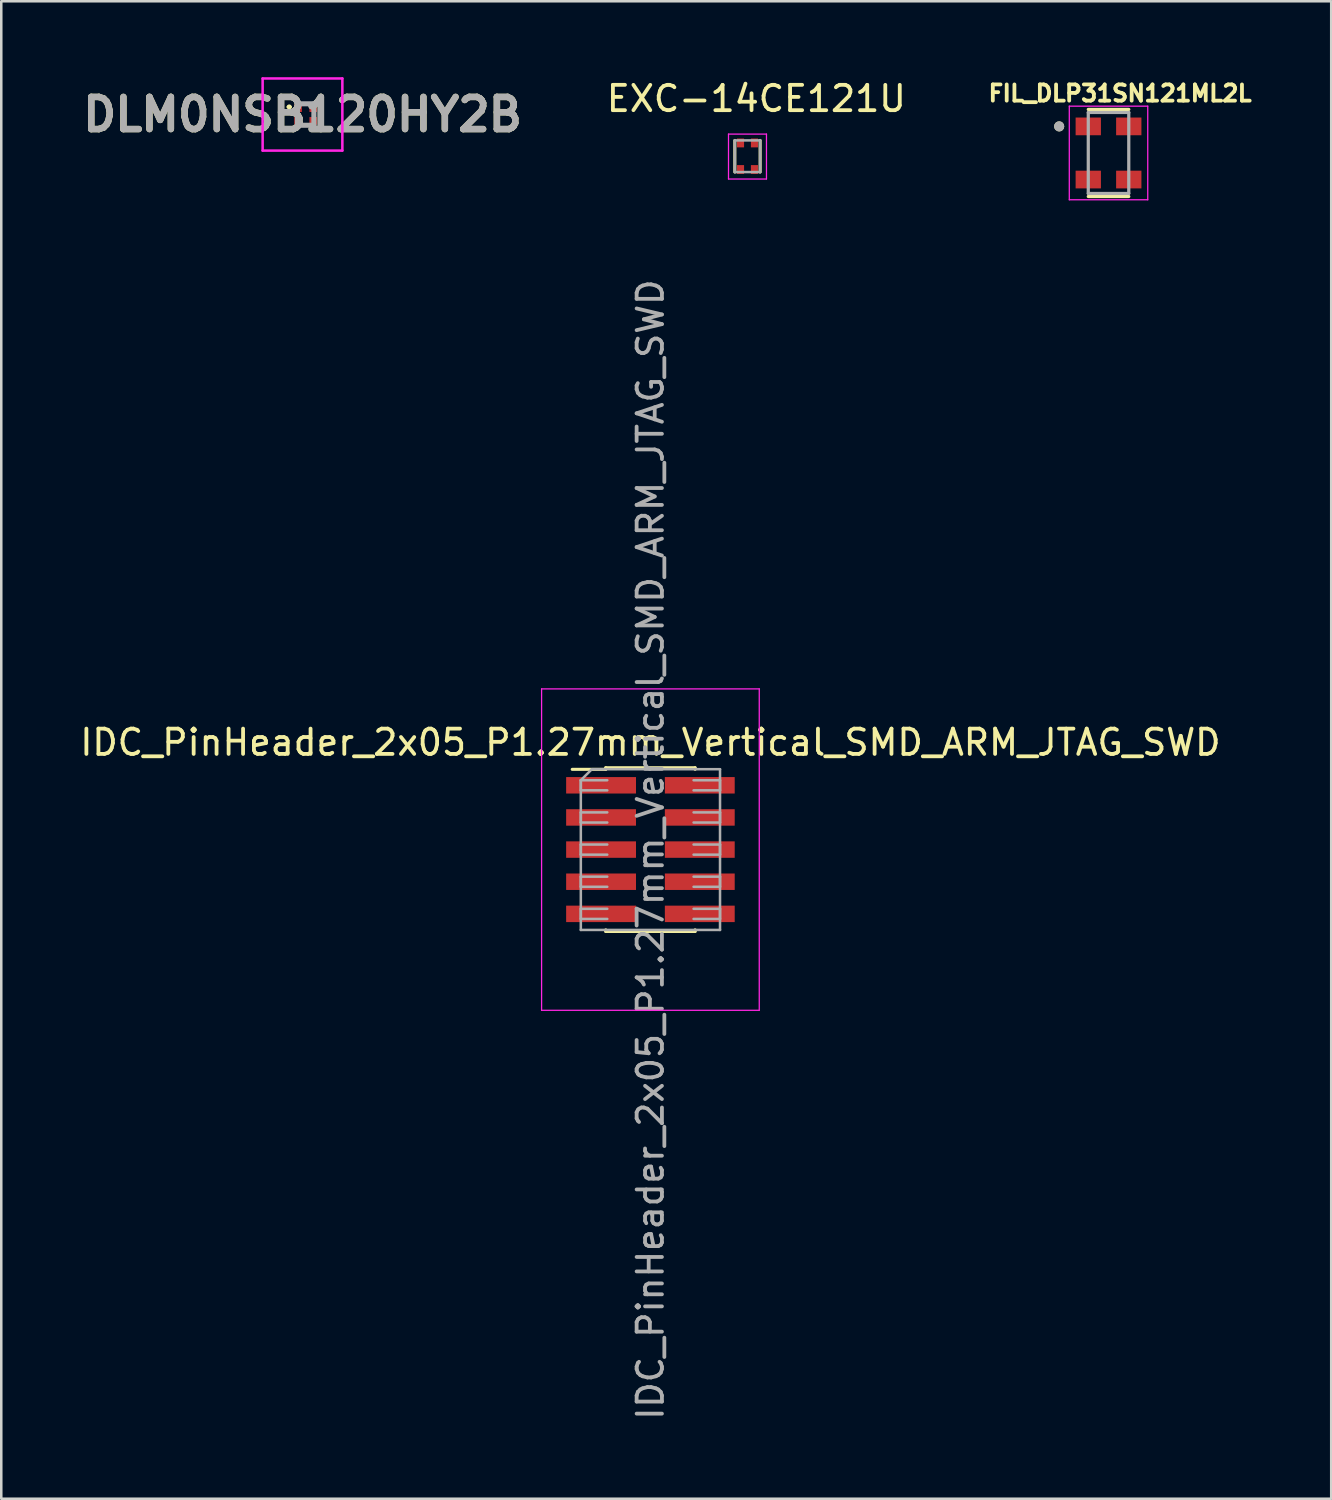
<source format=kicad_pcb>
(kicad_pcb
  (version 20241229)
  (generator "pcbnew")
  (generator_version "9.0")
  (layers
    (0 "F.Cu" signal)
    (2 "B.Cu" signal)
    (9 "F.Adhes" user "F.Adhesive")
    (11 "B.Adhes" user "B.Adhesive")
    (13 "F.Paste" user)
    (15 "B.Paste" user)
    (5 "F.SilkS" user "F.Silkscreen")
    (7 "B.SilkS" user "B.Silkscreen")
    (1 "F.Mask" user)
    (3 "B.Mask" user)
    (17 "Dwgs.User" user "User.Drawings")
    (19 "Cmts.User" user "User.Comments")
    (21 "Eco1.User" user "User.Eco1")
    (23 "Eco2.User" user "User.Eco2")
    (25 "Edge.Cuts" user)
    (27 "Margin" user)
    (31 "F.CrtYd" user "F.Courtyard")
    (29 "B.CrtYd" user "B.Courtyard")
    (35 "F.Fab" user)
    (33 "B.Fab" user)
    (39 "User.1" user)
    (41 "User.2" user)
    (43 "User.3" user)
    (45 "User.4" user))
  (footprint "EXC-14CE121U"
    (layer "F.Cu")
    (at 26.484 3.123)
    (property "Reference" "EXC-14CE121U" (at 0.35 -2.275 0) (layer "F.SilkS") (effects (font (size 1 1) (thickness 0.15))))
    (attr through_hole)
    (fp_line (start -0.5 0.625) (end -0.5 -0.625) (stroke (width 0.12) (type solid)) (layer "F.SilkS"))
    (fp_line (start 0.5 0.625) (end 0.5 -0.625) (stroke (width 0.12) (type solid)) (layer "F.SilkS"))
    (fp_line (start -0.75 -0.875) (end -0.75 0.9) (stroke (width 0.05) (type solid)) (layer "F.CrtYd"))
    (fp_line (start -0.75 -0.875) (end 0.75 -0.875) (stroke (width 0.05) (type solid)) (layer "F.CrtYd"))
    (fp_line (start -0.75 0.9) (end 0.75 0.9) (stroke (width 0.05) (type solid)) (layer "F.CrtYd"))
    (fp_line (start 0.75 -0.875) (end 0.75 0.9) (stroke (width 0.05) (type solid)) (layer "F.CrtYd"))
    (fp_line (start -0.5 -0.625) (end 0.5 -0.625) (stroke (width 0.1) (type solid)) (layer "F.Fab"))
    (fp_line (start -0.5 0.625) (end -0.5 -0.625) (stroke (width 0.1) (type solid)) (layer "F.Fab"))
    (fp_line (start 0.5 0.625) (end -0.5 0.625) (stroke (width 0.1) (type solid)) (layer "F.Fab"))
    (fp_line (start 0.5 0.625) (end 0.5 -0.625) (stroke (width 0.1) (type solid)) (layer "F.Fab"))
    (pad "1" smd rect (at -0.275 0.525) (size 0.28 0.35) (layers "F.Cu" "F.Mask" "F.Paste"))
    (pad "2" smd rect (at 0.275 0.525) (size 0.28 0.35) (layers "F.Cu" "F.Mask" "F.Paste"))
    (pad "3" smd rect (at 0.275 -0.525) (size 0.28 0.35) (layers "F.Cu" "F.Mask" "F.Paste"))
    (pad "4" smd rect (at -0.275 -0.525) (size 0.28 0.35) (layers "F.Cu" "F.Mask" "F.Paste")))
  (footprint "FIL_DLP31SN121ML2L"
    (layer "F.Cu")
    (at 40.749 2.994)
    (property "Reference" "FIL_DLP31SN121ML2L" (at 0.457 -2.356 0) (layer "F.SilkS") (effects (font (size 0.64 0.64) (thickness 0.15))))
    (attr through_hole)
    (fp_line (start -0.8 1.72) (end 0.8 1.72) (stroke (width 0.127) (type solid)) (layer "F.SilkS"))
    (fp_line (start 0.8 -1.72) (end -0.8 -1.72) (stroke (width 0.127) (type solid)) (layer "F.SilkS"))
    (fp_circle (center -1.95 -1.05) (end -1.85 -1.05) (stroke (width 0.2) (type solid)) (fill no) (layer "F.SilkS"))
    (fp_line (start -1.55 -1.85) (end -1.55 1.85) (stroke (width 0.05) (type solid)) (layer "F.CrtYd"))
    (fp_line (start -1.55 1.85) (end 1.55 1.85) (stroke (width 0.05) (type solid)) (layer "F.CrtYd"))
    (fp_line (start 1.55 -1.85) (end -1.55 -1.85) (stroke (width 0.05) (type solid)) (layer "F.CrtYd"))
    (fp_line (start 1.55 1.85) (end 1.55 -1.85) (stroke (width 0.05) (type solid)) (layer "F.CrtYd"))
    (fp_line (start -0.8 -1.6) (end -0.8 1.6) (stroke (width 0.127) (type solid)) (layer "F.Fab"))
    (fp_line (start -0.8 1.6) (end 0.8 1.6) (stroke (width 0.127) (type solid)) (layer "F.Fab"))
    (fp_line (start 0.8 -1.6) (end -0.8 -1.6) (stroke (width 0.127) (type solid)) (layer "F.Fab"))
    (fp_line (start 0.8 1.6) (end 0.8 -1.6) (stroke (width 0.127) (type solid)) (layer "F.Fab"))
    (fp_circle (center -1.95 -1.05) (end -1.85 -1.05) (stroke (width 0.2) (type solid)) (fill no) (layer "F.Fab"))
    (pad "1" smd rect (at -0.8 -1.05) (size 1 0.7) (layers "F.Cu" "F.Mask" "F.Paste"))
    (pad "2" smd rect (at 0.8 -1.05) (size 1 0.7) (layers "F.Cu" "F.Mask" "F.Paste"))
    (pad "3" smd rect (at 0.8 1.05) (size 1 0.7) (layers "F.Cu" "F.Mask" "F.Paste"))
    (pad "4" smd rect (at -0.8 1.05) (size 1 0.7) (layers "F.Cu" "F.Mask" "F.Paste")))
  (footprint "DLM0NSB120HY2B"
    (layer "F.Cu")
    (at 9.027 1.475)
    (property "Reference" "DLM0NSB120HY2B" (at -0.125 0 0) (layer "F.SilkS") (effects (font (size 1.27 1.27) (thickness 0.254))))
    (attr smd)
    (fp_line (start -0.7 -0.3) (end -0.7 -0.3) (stroke (width 0.1) (type solid)) (layer "F.SilkS"))
    (fp_line (start -0.6 -0.3) (end -0.6 -0.3) (stroke (width 0.1) (type solid)) (layer "F.SilkS"))
    (fp_line (start -0.1 -0.425) (end 0.1 -0.425) (stroke (width 0.1) (type solid)) (layer "F.SilkS"))
    (fp_line (start -0.1 0.425) (end 0.1 0.425) (stroke (width 0.1) (type solid)) (layer "F.SilkS"))
    (fp_arc (start -0.7 -0.3) (mid -0.65 -0.35) (end -0.6 -0.3) (stroke (width 0.1) (type solid)) (layer "F.SilkS"))
    (fp_arc (start -0.6 -0.3) (mid -0.65 -0.25) (end -0.7 -0.3) (stroke (width 0.1) (type solid)) (layer "F.SilkS"))
    (fp_line (start -1.7 -1.425) (end 1.45 -1.425) (stroke (width 0.1) (type solid)) (layer "F.CrtYd"))
    (fp_line (start -1.7 1.425) (end -1.7 -1.425) (stroke (width 0.1) (type solid)) (layer "F.CrtYd"))
    (fp_line (start 1.45 -1.425) (end 1.45 1.425) (stroke (width 0.1) (type solid)) (layer "F.CrtYd"))
    (fp_line (start 1.45 1.425) (end -1.7 1.425) (stroke (width 0.1) (type solid)) (layer "F.CrtYd"))
    (fp_line (start -0.325 -0.425) (end 0.325 -0.425) (stroke (width 0.2) (type solid)) (layer "F.Fab"))
    (fp_line (start -0.325 0.425) (end -0.325 -0.425) (stroke (width 0.2) (type solid)) (layer "F.Fab"))
    (fp_line (start 0.325 -0.425) (end 0.325 0.425) (stroke (width 0.2) (type solid)) (layer "F.Fab"))
    (fp_line (start 0.325 0.425) (end -0.325 0.425) (stroke (width 0.2) (type solid)) (layer "F.Fab"))
    (fp_text user "${REFERENCE}" (at -0.125 0 0) (layer "F.Fab") (effects (font (size 1.27 1.27) (thickness 0.254))))
    (pad "1" smd rect (at -0.3 -0.25 90) (size 0.3 0.3) (layers "F.Cu" "F.Mask" "F.Paste"))
    (pad "2" smd rect (at 0.3 -0.25 90) (size 0.3 0.3) (layers "F.Cu" "F.Mask" "F.Paste"))
    (pad "3" smd rect (at 0.3 0.25 90) (size 0.3 0.3) (layers "F.Cu" "F.Mask" "F.Paste"))
    (pad "4" smd rect (at -0.3 0.25 90) (size 0.3 0.3) (layers "F.Cu" "F.Mask" "F.Paste")))
  (footprint "IDC_PinHeader_2x05_P1.27mm_Vertical_SMD_ARM_JTAG_SWD"
    (layer "F.Cu")
    (at 22.649 30.518)
    (property "Reference" "IDC_PinHeader_2x05_P1.27mm_Vertical_SMD_ARM_JTAG_SWD" (at 0 -4.235 0) (layer "F.SilkS") (effects (font (size 1 1) (thickness 0.15))))
    (attr smd)
    (fp_line (start -3.09 -3.17) (end -1.765 -3.17) (stroke (width 0.12) (type solid)) (layer "F.SilkS"))
    (fp_line (start -1.765 -3.235) (end -1.765 -3.17) (stroke (width 0.12) (type solid)) (layer "F.SilkS"))
    (fp_line (start -1.765 -3.235) (end 1.765 -3.235) (stroke (width 0.12) (type solid)) (layer "F.SilkS"))
    (fp_line (start -1.765 3.17) (end -1.765 3.235) (stroke (width 0.12) (type solid)) (layer "F.SilkS"))
    (fp_line (start -1.765 3.235) (end 1.765 3.235) (stroke (width 0.12) (type solid)) (layer "F.SilkS"))
    (fp_line (start 1.765 -3.235) (end 1.765 -3.17) (stroke (width 0.12) (type solid)) (layer "F.SilkS"))
    (fp_line (start 1.765 3.17) (end 1.765 3.235) (stroke (width 0.12) (type solid)) (layer "F.SilkS"))
    (fp_line (start -4.3 -6.35) (end -4.3 6.35) (stroke (width 0.05) (type solid)) (layer "F.CrtYd"))
    (fp_line (start -4.3 6.35) (end 4.3 6.35) (stroke (width 0.05) (type solid)) (layer "F.CrtYd"))
    (fp_line (start 4.3 -6.35) (end -4.3 -6.35) (stroke (width 0.05) (type solid)) (layer "F.CrtYd"))
    (fp_line (start 4.3 6.35) (end 4.3 -6.35) (stroke (width 0.05) (type solid)) (layer "F.CrtYd"))
    (fp_line (start -2.75 -2.74) (end -2.75 -2.34) (stroke (width 0.1) (type solid)) (layer "F.Fab"))
    (fp_line (start -2.75 -2.74) (end -2.315 -3.175) (stroke (width 0.1) (type solid)) (layer "F.Fab"))
    (fp_line (start -2.75 -2.34) (end -1.705 -2.34) (stroke (width 0.1) (type solid)) (layer "F.Fab"))
    (fp_line (start -2.75 -1.47) (end -2.75 -1.07) (stroke (width 0.1) (type solid)) (layer "F.Fab"))
    (fp_line (start -2.75 -1.07) (end -1.705 -1.07) (stroke (width 0.1) (type solid)) (layer "F.Fab"))
    (fp_line (start -2.75 -0.2) (end -2.75 0.2) (stroke (width 0.1) (type solid)) (layer "F.Fab"))
    (fp_line (start -2.75 0.2) (end -1.705 0.2) (stroke (width 0.1) (type solid)) (layer "F.Fab"))
    (fp_line (start -2.75 1.07) (end -2.75 1.47) (stroke (width 0.1) (type solid)) (layer "F.Fab"))
    (fp_line (start -2.75 1.47) (end -1.705 1.47) (stroke (width 0.1) (type solid)) (layer "F.Fab"))
    (fp_line (start -2.75 2.34) (end -2.75 2.74) (stroke (width 0.1) (type solid)) (layer "F.Fab"))
    (fp_line (start -2.75 2.74) (end -1.705 2.74) (stroke (width 0.1) (type solid)) (layer "F.Fab"))
    (fp_line (start -2.75 3.175) (end -2.75 -2.74) (stroke (width 0.1) (type solid)) (layer "F.Fab"))
    (fp_line (start -2.75 3.175) (end 2.75 3.175) (stroke (width 0.1) (type solid)) (layer "F.Fab"))
    (fp_line (start -2.315 -3.175) (end 2.75 -3.175) (stroke (width 0.1) (type solid)) (layer "F.Fab"))
    (fp_line (start -1.705 -2.74) (end -2.75 -2.74) (stroke (width 0.1) (type solid)) (layer "F.Fab"))
    (fp_line (start -1.705 -1.47) (end -2.75 -1.47) (stroke (width 0.1) (type solid)) (layer "F.Fab"))
    (fp_line (start -1.705 -0.2) (end -2.75 -0.2) (stroke (width 0.1) (type solid)) (layer "F.Fab"))
    (fp_line (start -1.705 1.07) (end -2.75 1.07) (stroke (width 0.1) (type solid)) (layer "F.Fab"))
    (fp_line (start -1.705 2.34) (end -2.75 2.34) (stroke (width 0.1) (type solid)) (layer "F.Fab"))
    (fp_line (start 1.705 -2.74) (end 2.75 -2.74) (stroke (width 0.1) (type solid)) (layer "F.Fab"))
    (fp_line (start 1.705 -1.47) (end 2.75 -1.47) (stroke (width 0.1) (type solid)) (layer "F.Fab"))
    (fp_line (start 1.705 -0.2) (end 2.75 -0.2) (stroke (width 0.1) (type solid)) (layer "F.Fab"))
    (fp_line (start 1.705 1.07) (end 2.75 1.07) (stroke (width 0.1) (type solid)) (layer "F.Fab"))
    (fp_line (start 1.705 2.34) (end 2.75 2.34) (stroke (width 0.1) (type solid)) (layer "F.Fab"))
    (fp_line (start 2.75 -3.175) (end 2.75 3.175) (stroke (width 0.1) (type solid)) (layer "F.Fab"))
    (fp_line (start 2.75 -2.74) (end 2.75 -2.34) (stroke (width 0.1) (type solid)) (layer "F.Fab"))
    (fp_line (start 2.75 -2.34) (end 1.705 -2.34) (stroke (width 0.1) (type solid)) (layer "F.Fab"))
    (fp_line (start 2.75 -1.47) (end 2.75 -1.07) (stroke (width 0.1) (type solid)) (layer "F.Fab"))
    (fp_line (start 2.75 -1.07) (end 1.705 -1.07) (stroke (width 0.1) (type solid)) (layer "F.Fab"))
    (fp_line (start 2.75 -0.2) (end 2.75 0.2) (stroke (width 0.1) (type solid)) (layer "F.Fab"))
    (fp_line (start 2.75 0.2) (end 1.705 0.2) (stroke (width 0.1) (type solid)) (layer "F.Fab"))
    (fp_line (start 2.75 1.07) (end 2.75 1.47) (stroke (width 0.1) (type solid)) (layer "F.Fab"))
    (fp_line (start 2.75 1.47) (end 1.705 1.47) (stroke (width 0.1) (type solid)) (layer "F.Fab"))
    (fp_line (start 2.75 2.34) (end 2.75 2.74) (stroke (width 0.1) (type solid)) (layer "F.Fab"))
    (fp_line (start 2.75 2.74) (end 1.705 2.74) (stroke (width 0.1) (type solid)) (layer "F.Fab"))
    (fp_text user "${REFERENCE}" (at 0 0 90) (layer "F.Fab") (effects (font (size 1 1) (thickness 0.15))))
    (pad "1" smd rect (at -1.95 -2.54) (size 2.76 0.65) (layers "F.Cu" "F.Mask" "F.Paste"))
    (pad "2" smd rect (at 1.95 -2.54) (size 2.76 0.65) (layers "F.Cu" "F.Mask" "F.Paste"))
    (pad "3" smd rect (at -1.95 -1.27) (size 2.76 0.65) (layers "F.Cu" "F.Mask" "F.Paste"))
    (pad "4" smd rect (at 1.95 -1.27) (size 2.76 0.65) (layers "F.Cu" "F.Mask" "F.Paste"))
    (pad "5" smd rect (at -1.95 0) (size 2.76 0.65) (layers "F.Cu" "F.Mask" "F.Paste"))
    (pad "6" smd rect (at 1.95 0) (size 2.76 0.65) (layers "F.Cu" "F.Mask" "F.Paste"))
    (pad "7" smd rect (at -1.95 1.27) (size 2.76 0.65) (layers "F.Cu" "F.Mask" "F.Paste"))
    (pad "8" smd rect (at 1.95 1.27) (size 2.76 0.65) (layers "F.Cu" "F.Mask" "F.Paste"))
    (pad "9" smd rect (at -1.95 2.54) (size 2.76 0.65) (layers "F.Cu" "F.Mask" "F.Paste"))
    (pad "10" smd rect (at 1.95 2.54) (size 2.76 0.65) (layers "F.Cu" "F.Mask" "F.Paste")))
  (gr_rect
    (start -3 -3)
    (end 49.548 56.167)
    (stroke (width 0.1) (type default))
    (fill no)
    (layer "Edge.Cuts")))
</source>
